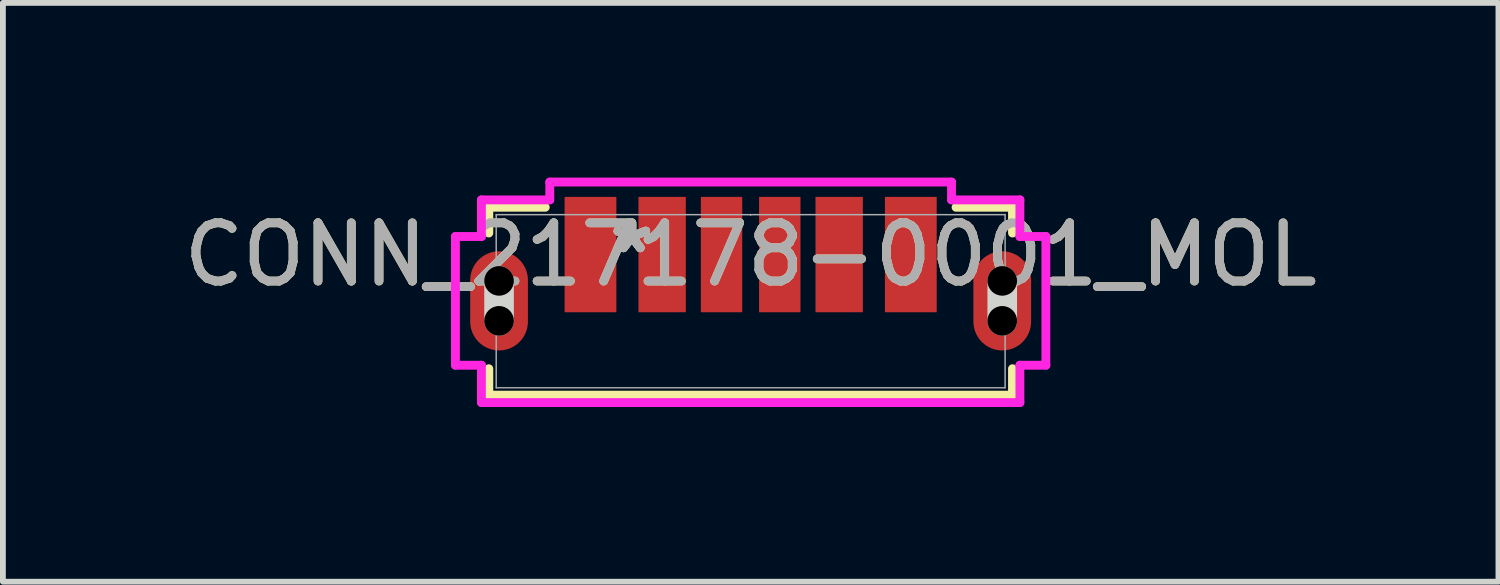
<source format=kicad_pcb>
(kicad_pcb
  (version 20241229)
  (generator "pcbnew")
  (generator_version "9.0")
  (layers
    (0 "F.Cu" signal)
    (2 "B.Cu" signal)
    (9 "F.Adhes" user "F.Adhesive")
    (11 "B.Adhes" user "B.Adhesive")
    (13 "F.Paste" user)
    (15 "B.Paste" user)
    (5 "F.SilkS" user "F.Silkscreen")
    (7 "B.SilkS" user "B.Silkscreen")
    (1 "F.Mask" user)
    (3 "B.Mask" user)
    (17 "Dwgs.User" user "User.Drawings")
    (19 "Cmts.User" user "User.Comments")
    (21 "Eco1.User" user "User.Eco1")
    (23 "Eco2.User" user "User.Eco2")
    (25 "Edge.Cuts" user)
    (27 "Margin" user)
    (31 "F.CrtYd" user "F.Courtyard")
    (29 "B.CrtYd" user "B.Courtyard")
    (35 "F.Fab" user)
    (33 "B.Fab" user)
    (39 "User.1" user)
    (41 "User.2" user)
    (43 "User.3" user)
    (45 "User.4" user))
  (footprint "CONN_217178-0001_MOL"
    (layer "F.Cu")
    (at 9.839 2.122)
    (property "Reference" "CONN_217178-0001_MOL" (at 0 -0.801 0) (unlocked yes) (layer "F.SilkS") (effects (font (size 1 1) (thickness 0.15))))
    (attr smd)
    (fp_line (start -4.496 -1.613) (end -4.496 -1.171) (stroke (width 0.152) (type solid)) (layer "F.SilkS"))
    (fp_line (start -4.496 1.159) (end -4.496 1.613) (stroke (width 0.152) (type solid)) (layer "F.SilkS"))
    (fp_line (start -4.496 1.613) (end 4.496 1.613) (stroke (width 0.152) (type solid)) (layer "F.SilkS"))
    (fp_line (start -3.527 -1.613) (end -4.496 -1.613) (stroke (width 0.152) (type solid)) (layer "F.SilkS"))
    (fp_line (start 4.496 -1.613) (end 3.527 -1.613) (stroke (width 0.152) (type solid)) (layer "F.SilkS"))
    (fp_line (start 4.496 -1.171) (end 4.496 -1.613) (stroke (width 0.152) (type solid)) (layer "F.SilkS"))
    (fp_line (start 4.496 1.613) (end 4.496 1.159) (stroke (width 0.152) (type solid)) (layer "F.SilkS"))
    (fp_line (start -4.32 0.337) (end -4.32 -0.349) (stroke (width 0.508) (type solid)) (layer "Edge.Cuts"))
    (fp_line (start 4.32 0.337) (end 4.32 -0.349) (stroke (width 0.508) (type solid)) (layer "Edge.Cuts"))
    (fp_line (start -5.069 -1.111) (end -5.069 1.099) (stroke (width 0.152) (type solid)) (layer "F.CrtYd"))
    (fp_line (start -5.069 1.099) (end -4.623 1.099) (stroke (width 0.152) (type solid)) (layer "F.CrtYd"))
    (fp_line (start -4.623 -1.74) (end -4.623 -1.111) (stroke (width 0.152) (type solid)) (layer "F.CrtYd"))
    (fp_line (start -4.623 -1.111) (end -5.069 -1.111) (stroke (width 0.152) (type solid)) (layer "F.CrtYd"))
    (fp_line (start -4.623 1.099) (end -4.623 1.74) (stroke (width 0.152) (type solid)) (layer "F.CrtYd"))
    (fp_line (start -4.623 1.74) (end 4.623 1.74) (stroke (width 0.152) (type solid)) (layer "F.CrtYd"))
    (fp_line (start -3.449 -2.046) (end -3.449 -1.74) (stroke (width 0.152) (type solid)) (layer "F.CrtYd"))
    (fp_line (start -3.449 -1.74) (end -4.623 -1.74) (stroke (width 0.152) (type solid)) (layer "F.CrtYd"))
    (fp_line (start 3.449 -2.046) (end -3.449 -2.046) (stroke (width 0.152) (type solid)) (layer "F.CrtYd"))
    (fp_line (start 3.449 -1.74) (end 3.449 -2.046) (stroke (width 0.152) (type solid)) (layer "F.CrtYd"))
    (fp_line (start 4.623 -1.74) (end 3.449 -1.74) (stroke (width 0.152) (type solid)) (layer "F.CrtYd"))
    (fp_line (start 4.623 -1.111) (end 4.623 -1.74) (stroke (width 0.152) (type solid)) (layer "F.CrtYd"))
    (fp_line (start 4.623 1.099) (end 5.069 1.099) (stroke (width 0.152) (type solid)) (layer "F.CrtYd"))
    (fp_line (start 4.623 1.74) (end 4.623 1.099) (stroke (width 0.152) (type solid)) (layer "F.CrtYd"))
    (fp_line (start 5.069 -1.111) (end 4.623 -1.111) (stroke (width 0.152) (type solid)) (layer "F.CrtYd"))
    (fp_line (start 5.069 1.099) (end 5.069 -1.111) (stroke (width 0.152) (type solid)) (layer "F.CrtYd"))
    (fp_line (start -4.369 -1.486) (end -4.369 1.486) (stroke (width 0.025) (type solid)) (layer "F.Fab"))
    (fp_line (start -4.369 1.486) (end 4.369 1.486) (stroke (width 0.025) (type solid)) (layer "F.Fab"))
    (fp_line (start 0 -1.486) (end 0 -1.486) (stroke (width 0.025) (type solid)) (layer "F.Fab"))
    (fp_line (start 0 -1.486) (end 0 -1.486) (stroke (width 0.025) (type solid)) (layer "F.Fab"))
    (fp_line (start 0 -1.486) (end 0 -1.486) (stroke (width 0.025) (type solid)) (layer "F.Fab"))
    (fp_line (start 0 -1.486) (end 0 -1.486) (stroke (width 0.025) (type solid)) (layer "F.Fab"))
    (fp_line (start 4.369 -1.486) (end -4.369 -1.486) (stroke (width 0.025) (type solid)) (layer "F.Fab"))
    (fp_line (start 4.369 1.486) (end 4.369 -1.486) (stroke (width 0.025) (type solid)) (layer "F.Fab"))
    (fp_text user "*" (at -2.04 -0.801 0) (layer "F.SilkS") (effects (font (size 1 1) (thickness 0.15))))
    (fp_text user "*" (at -2.04 -0.801 0) (unlocked yes) (layer "F.SilkS") (effects (font (size 1 1) (thickness 0.15))))
    (fp_text user "*" (at -2.04 -0.801 0) (unlocked yes) (layer "F.Fab") (effects (font (size 1 1) (thickness 0.15))))
    (fp_text user "*" (at -2.04 -0.801 0) (layer "F.Fab") (effects (font (size 1 1) (thickness 0.15))))
    (fp_text user "${REFERENCE}" (at 0 -0.801 0) (unlocked yes) (layer "F.Fab") (effects (font (size 1 1) (thickness 0.15))))
    (pad "" np_thru_hole circle (at -4.32 -0.349) (size 0.508 0.508) (drill 0.508) (layers))
    (pad "" np_thru_hole circle (at -4.32 0.337) (size 0.508 0.508) (drill 0.508) (layers))
    (pad "" np_thru_hole circle (at 4.32 -0.349) (size 0.508 0.508) (drill 0.508) (layers))
    (pad "" np_thru_hole circle (at 4.32 0.337) (size 0.508 0.508) (drill 0.508) (layers))
    (pad "7" smd oval (at -4.32 -0.006) (size 0.991 1.702) (layers "F.Cu" "F.Mask" "F.Paste"))
    (pad "8" smd oval (at 4.32 -0.006) (size 0.991 1.702) (layers "F.Cu" "F.Mask" "F.Paste"))
    (pad "A5" smd rect (at 0.5 -0.801) (size 0.711 1.981) (layers "F.Cu" "F.Mask" "F.Paste"))
    (pad "A9" smd rect (at -1.52 -0.801) (size 0.813 1.981) (layers "F.Cu" "F.Mask" "F.Paste"))
    (pad "A12" smd rect (at -2.75 -0.801) (size 0.889 1.981) (layers "F.Cu" "F.Mask" "F.Paste"))
    (pad "B5" smd rect (at -0.5 -0.801) (size 0.711 1.981) (layers "F.Cu" "F.Mask" "F.Paste"))
    (pad "B9" smd rect (at 1.52 -0.801) (size 0.813 1.981) (layers "F.Cu" "F.Mask" "F.Paste"))
    (pad "B12" smd rect (at 2.75 -0.801) (size 0.889 1.981) (layers "F.Cu" "F.Mask" "F.Paste")))
  (gr_rect
    (start -3 -3)
    (end 22.679 6.938)
    (stroke (width 0.1) (type default))
    (fill no)
    (layer "Edge.Cuts")))
</source>
